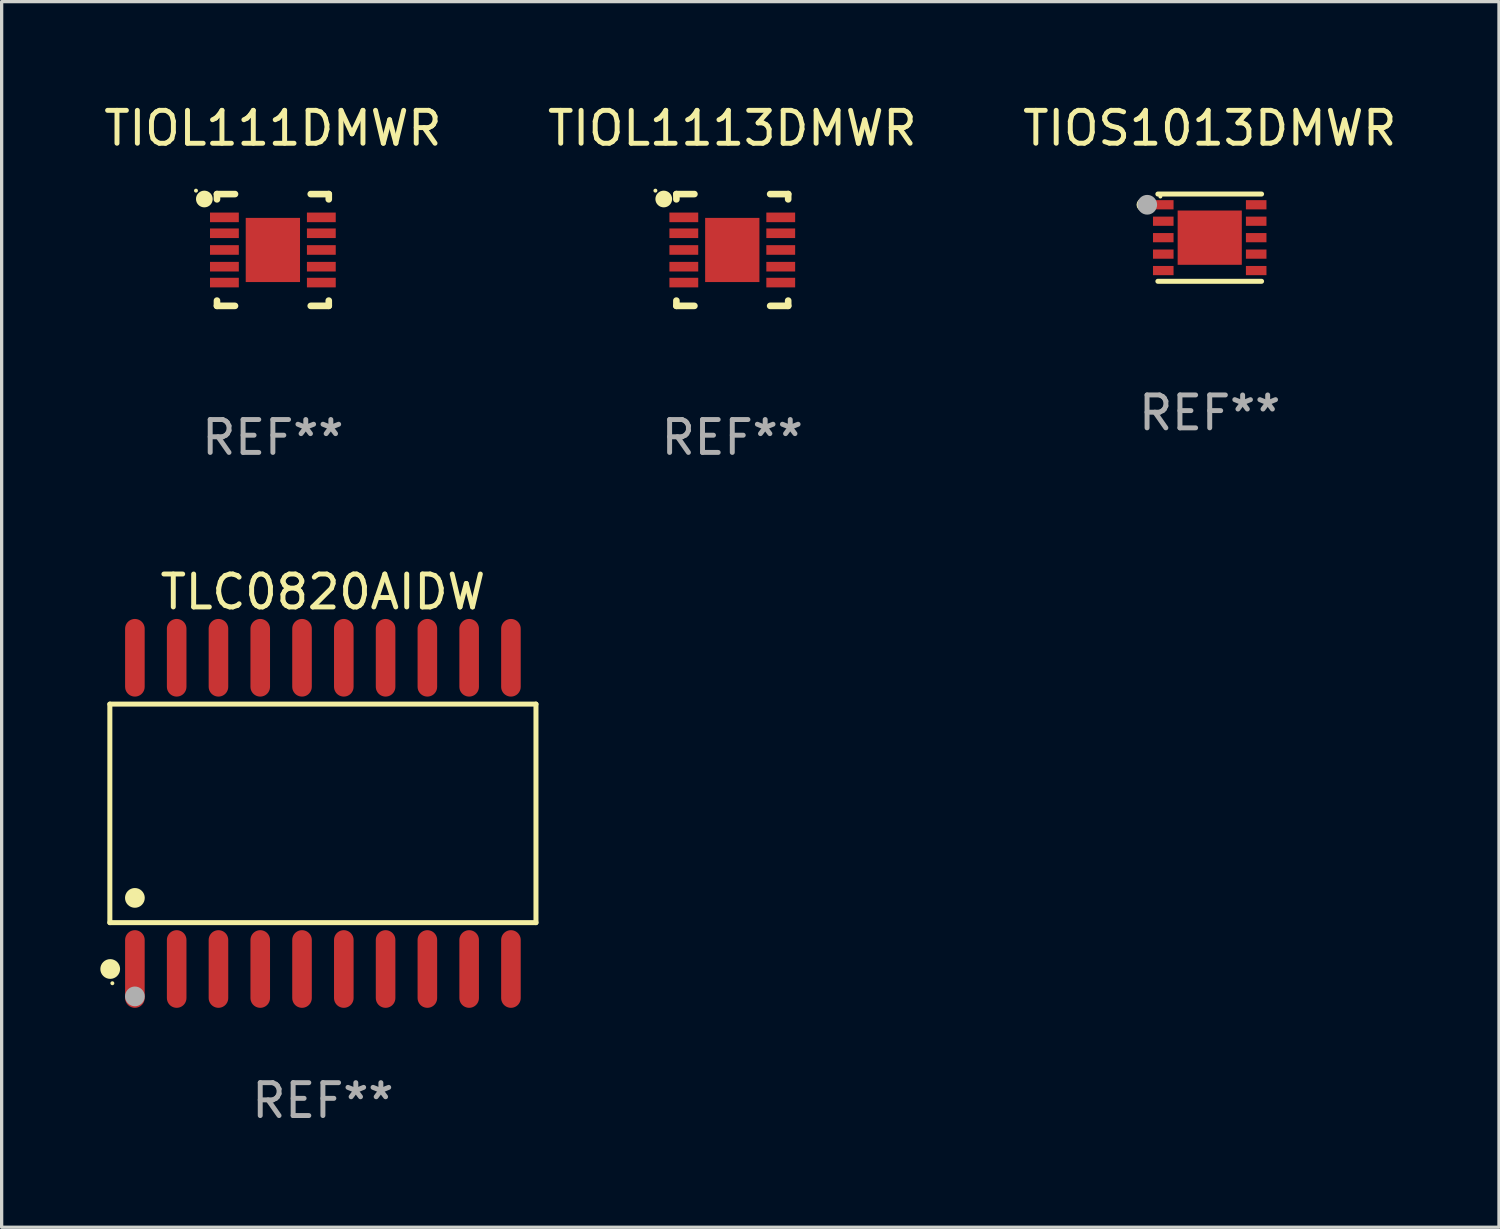
<source format=kicad_pcb>
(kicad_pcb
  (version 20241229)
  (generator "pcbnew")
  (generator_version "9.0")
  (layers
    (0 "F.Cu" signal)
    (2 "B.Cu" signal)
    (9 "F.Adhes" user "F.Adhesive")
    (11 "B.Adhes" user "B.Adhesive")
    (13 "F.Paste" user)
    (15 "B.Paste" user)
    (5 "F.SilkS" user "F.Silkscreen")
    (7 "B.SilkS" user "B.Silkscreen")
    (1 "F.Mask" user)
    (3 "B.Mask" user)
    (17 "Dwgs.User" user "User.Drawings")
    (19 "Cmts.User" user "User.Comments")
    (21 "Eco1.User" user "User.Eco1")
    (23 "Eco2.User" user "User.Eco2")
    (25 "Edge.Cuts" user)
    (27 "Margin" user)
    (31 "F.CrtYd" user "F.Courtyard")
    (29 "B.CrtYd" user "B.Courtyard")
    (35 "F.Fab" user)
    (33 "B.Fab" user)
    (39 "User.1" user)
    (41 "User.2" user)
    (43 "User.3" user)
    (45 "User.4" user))
  (footprint "TIOL1113DMWR"
    (layer "F.Cu")
    (at 19.208 4.548)
    (property "Reference" "TIOL1113DMWR" (at 0 -3.699 0) (layer "F.SilkS") (effects (font (size 1 1) (thickness 0.15))))
    (attr through_hole)
    (fp_line (start -1.699 -1.699) (end -1.151 -1.699) (stroke (width 0.201) (type solid)) (layer "F.SilkS"))
    (fp_line (start -1.699 -1.539) (end -1.699 -1.699) (stroke (width 0.201) (type solid)) (layer "F.SilkS"))
    (fp_line (start -1.699 1.699) (end -1.699 1.539) (stroke (width 0.201) (type solid)) (layer "F.SilkS"))
    (fp_line (start -1.151 1.699) (end -1.699 1.699) (stroke (width 0.201) (type solid)) (layer "F.SilkS"))
    (fp_line (start 1.151 -1.699) (end 1.699 -1.699) (stroke (width 0.201) (type solid)) (layer "F.SilkS"))
    (fp_line (start 1.151 1.699) (end 1.699 1.699) (stroke (width 0.201) (type solid)) (layer "F.SilkS"))
    (fp_line (start 1.699 -1.699) (end 1.699 -1.539) (stroke (width 0.201) (type solid)) (layer "F.SilkS"))
    (fp_line (start 1.699 1.699) (end 1.699 1.539) (stroke (width 0.201) (type solid)) (layer "F.SilkS"))
    (fp_circle (center -2.337 -1.803) (end -2.307 -1.803) (stroke (width 0.06) (type solid)) (fill no) (layer "F.SilkS"))
    (fp_circle (center -2.083 -1.549) (end -1.956 -1.549) (stroke (width 0.254) (type solid)) (fill no) (layer "F.SilkS"))
    (fp_text user "REF**" (at 0 5.699 0) (layer "F.Fab") (effects (font (size 1 1) (thickness 0.15))))
    (pad "1" smd rect (at -1.473 -0.991 90) (size 0.292 0.876) (layers "F.Cu" "F.Mask" "F.Paste"))
    (pad "2" smd rect (at -1.473 -0.508 90) (size 0.292 0.876) (layers "F.Cu" "F.Mask" "F.Paste"))
    (pad "3" smd rect (at -1.473 0 90) (size 0.292 0.876) (layers "F.Cu" "F.Mask" "F.Paste"))
    (pad "4" smd rect (at -1.473 0.508 90) (size 0.292 0.876) (layers "F.Cu" "F.Mask" "F.Paste"))
    (pad "5" smd rect (at -1.473 0.991 90) (size 0.292 0.876) (layers "F.Cu" "F.Mask" "F.Paste"))
    (pad "6" smd rect (at 1.473 0.991 90) (size 0.292 0.876) (layers "F.Cu" "F.Mask" "F.Paste"))
    (pad "7" smd rect (at 1.473 0.508 90) (size 0.292 0.876) (layers "F.Cu" "F.Mask" "F.Paste"))
    (pad "8" smd rect (at 1.473 0 90) (size 0.292 0.876) (layers "F.Cu" "F.Mask" "F.Paste"))
    (pad "9" smd rect (at 1.473 -0.508 90) (size 0.292 0.876) (layers "F.Cu" "F.Mask" "F.Paste"))
    (pad "10" smd rect (at 1.473 -0.991 90) (size 0.292 0.876) (layers "F.Cu" "F.Mask" "F.Paste"))
    (pad "11" smd rect (at 0 0) (size 1.65 1.95) (layers "F.Cu" "F.Mask" "F.Paste")))
  (footprint "TIOS1013DMWR"
    (layer "F.Cu")
    (at 33.72 4.174)
    (property "Reference" "TIOS1013DMWR" (at 0 -3.326 0) (layer "F.SilkS") (effects (font (size 1 1) (thickness 0.15))))
    (attr through_hole)
    (fp_line (start -1.576 -1.326) (end 1.576 -1.326) (stroke (width 0.152) (type solid)) (layer "F.SilkS"))
    (fp_line (start 1.576 1.326) (end -1.576 1.326) (stroke (width 0.152) (type solid)) (layer "F.SilkS"))
    (fp_circle (center -2.025 -1) (end -1.925 -1) (stroke (width 0.2) (type solid)) (fill no) (layer "F.SilkS"))
    (fp_circle (center -1.5 -1.25) (end -1.47 -1.25) (stroke (width 0.06) (type solid)) (fill no) (layer "F.SilkS"))
    (fp_circle (center -1.9 -1) (end -1.75 -1) (stroke (width 0.3) (type solid)) (fill no) (layer "F.Fab"))
    (fp_text user "REF**" (at 0 5.326 0) (layer "F.Fab") (effects (font (size 1 1) (thickness 0.15))))
    (pad "1" smd rect (at -1.412 -1) (size 0.625 0.28) (layers "F.Cu" "F.Mask" "F.Paste"))
    (pad "2" smd rect (at -1.412 -0.5) (size 0.625 0.28) (layers "F.Cu" "F.Mask" "F.Paste"))
    (pad "3" smd rect (at -1.412 0) (size 0.625 0.28) (layers "F.Cu" "F.Mask" "F.Paste"))
    (pad "4" smd rect (at -1.412 0.5) (size 0.625 0.28) (layers "F.Cu" "F.Mask" "F.Paste"))
    (pad "5" smd rect (at -1.412 1) (size 0.625 0.28) (layers "F.Cu" "F.Mask" "F.Paste"))
    (pad "6" smd rect (at 1.412 1) (size 0.625 0.28) (layers "F.Cu" "F.Mask" "F.Paste"))
    (pad "7" smd rect (at 1.412 0.5) (size 0.625 0.28) (layers "F.Cu" "F.Mask" "F.Paste"))
    (pad "8" smd rect (at 1.412 0) (size 0.625 0.28) (layers "F.Cu" "F.Mask" "F.Paste"))
    (pad "9" smd rect (at 1.412 -0.5) (size 0.625 0.28) (layers "F.Cu" "F.Mask" "F.Paste"))
    (pad "10" smd rect (at 1.412 -1) (size 0.625 0.28) (layers "F.Cu" "F.Mask" "F.Paste"))
    (pad "11" smd rect (at 0 0) (size 1.95 1.65) (layers "F.Cu" "F.Mask" "F.Paste")))
  (footprint "TLC0820AIDW"
    (layer "F.Cu")
    (at 6.765 21.673)
    (property "Reference" "TLC0820AIDW" (at 0 -6.73 0) (layer "F.SilkS") (effects (font (size 1 1) (thickness 0.15))))
    (attr through_hole)
    (fp_line (start -6.476 -3.321) (end 6.476 -3.321) (stroke (width 0.152) (type solid)) (layer "F.SilkS"))
    (fp_line (start -6.476 3.321) (end -6.476 -3.321) (stroke (width 0.152) (type solid)) (layer "F.SilkS"))
    (fp_line (start 6.476 -3.321) (end 6.476 3.321) (stroke (width 0.152) (type solid)) (layer "F.SilkS"))
    (fp_line (start 6.476 3.321) (end -6.476 3.321) (stroke (width 0.152) (type solid)) (layer "F.SilkS"))
    (fp_circle (center -6.465 4.73) (end -6.315 4.73) (stroke (width 0.3) (type solid)) (fill no) (layer "F.SilkS"))
    (fp_circle (center -6.4 5.163) (end -6.37 5.163) (stroke (width 0.06) (type solid)) (fill no) (layer "F.SilkS"))
    (fp_circle (center -5.715 2.569) (end -5.565 2.569) (stroke (width 0.3) (type solid)) (fill no) (layer "F.SilkS"))
    (fp_circle (center -5.715 5.563) (end -5.565 5.563) (stroke (width 0.3) (type solid)) (fill no) (layer "F.Fab"))
    (fp_text user "REF**" (at 0 8.73 0) (layer "F.Fab") (effects (font (size 1 1) (thickness 0.15))))
    (pad "1" smd oval (at -5.715 4.73) (size 0.595 2.36) (layers "F.Cu" "F.Mask" "F.Paste"))
    (pad "2" smd oval (at -4.445 4.73) (size 0.595 2.36) (layers "F.Cu" "F.Mask" "F.Paste"))
    (pad "3" smd oval (at -3.175 4.73) (size 0.595 2.36) (layers "F.Cu" "F.Mask" "F.Paste"))
    (pad "4" smd oval (at -1.905 4.73) (size 0.595 2.36) (layers "F.Cu" "F.Mask" "F.Paste"))
    (pad "5" smd oval (at -0.635 4.73) (size 0.595 2.36) (layers "F.Cu" "F.Mask" "F.Paste"))
    (pad "6" smd oval (at 0.635 4.73) (size 0.595 2.36) (layers "F.Cu" "F.Mask" "F.Paste"))
    (pad "7" smd oval (at 1.905 4.73) (size 0.595 2.36) (layers "F.Cu" "F.Mask" "F.Paste"))
    (pad "8" smd oval (at 3.175 4.73) (size 0.595 2.36) (layers "F.Cu" "F.Mask" "F.Paste"))
    (pad "9" smd oval (at 4.445 4.73) (size 0.595 2.36) (layers "F.Cu" "F.Mask" "F.Paste"))
    (pad "10" smd oval (at 5.715 4.73) (size 0.595 2.36) (layers "F.Cu" "F.Mask" "F.Paste"))
    (pad "11" smd oval (at 5.715 -4.73) (size 0.595 2.36) (layers "F.Cu" "F.Mask" "F.Paste"))
    (pad "12" smd oval (at 4.445 -4.73) (size 0.595 2.36) (layers "F.Cu" "F.Mask" "F.Paste"))
    (pad "13" smd oval (at 3.175 -4.73) (size 0.595 2.36) (layers "F.Cu" "F.Mask" "F.Paste"))
    (pad "14" smd oval (at 1.905 -4.73) (size 0.595 2.36) (layers "F.Cu" "F.Mask" "F.Paste"))
    (pad "15" smd oval (at 0.635 -4.73) (size 0.595 2.36) (layers "F.Cu" "F.Mask" "F.Paste"))
    (pad "16" smd oval (at -0.635 -4.73) (size 0.595 2.36) (layers "F.Cu" "F.Mask" "F.Paste"))
    (pad "17" smd oval (at -1.905 -4.73) (size 0.595 2.36) (layers "F.Cu" "F.Mask" "F.Paste"))
    (pad "18" smd oval (at -3.175 -4.73) (size 0.595 2.36) (layers "F.Cu" "F.Mask" "F.Paste"))
    (pad "19" smd oval (at -4.445 -4.73) (size 0.595 2.36) (layers "F.Cu" "F.Mask" "F.Paste"))
    (pad "20" smd oval (at -5.715 -4.73) (size 0.595 2.36) (layers "F.Cu" "F.Mask" "F.Paste")))
  (footprint "TIOL111DMWR"
    (layer "F.Cu")
    (at 5.244 4.548)
    (property "Reference" "TIOL111DMWR" (at 0 -3.699 0) (layer "F.SilkS") (effects (font (size 1 1) (thickness 0.15))))
    (attr through_hole)
    (fp_line (start -1.699 -1.699) (end -1.151 -1.699) (stroke (width 0.201) (type solid)) (layer "F.SilkS"))
    (fp_line (start -1.699 -1.539) (end -1.699 -1.699) (stroke (width 0.201) (type solid)) (layer "F.SilkS"))
    (fp_line (start -1.699 1.699) (end -1.699 1.539) (stroke (width 0.201) (type solid)) (layer "F.SilkS"))
    (fp_line (start -1.151 1.699) (end -1.699 1.699) (stroke (width 0.201) (type solid)) (layer "F.SilkS"))
    (fp_line (start 1.151 -1.699) (end 1.699 -1.699) (stroke (width 0.201) (type solid)) (layer "F.SilkS"))
    (fp_line (start 1.151 1.699) (end 1.699 1.699) (stroke (width 0.201) (type solid)) (layer "F.SilkS"))
    (fp_line (start 1.699 -1.699) (end 1.699 -1.539) (stroke (width 0.201) (type solid)) (layer "F.SilkS"))
    (fp_line (start 1.699 1.699) (end 1.699 1.539) (stroke (width 0.201) (type solid)) (layer "F.SilkS"))
    (fp_circle (center -2.337 -1.803) (end -2.307 -1.803) (stroke (width 0.06) (type solid)) (fill no) (layer "F.SilkS"))
    (fp_circle (center -2.083 -1.549) (end -1.956 -1.549) (stroke (width 0.254) (type solid)) (fill no) (layer "F.SilkS"))
    (fp_text user "REF**" (at 0 5.699 0) (layer "F.Fab") (effects (font (size 1 1) (thickness 0.15))))
    (pad "1" smd rect (at -1.473 -0.991 90) (size 0.292 0.876) (layers "F.Cu" "F.Mask" "F.Paste"))
    (pad "2" smd rect (at -1.473 -0.508 90) (size 0.292 0.876) (layers "F.Cu" "F.Mask" "F.Paste"))
    (pad "3" smd rect (at -1.473 0 90) (size 0.292 0.876) (layers "F.Cu" "F.Mask" "F.Paste"))
    (pad "4" smd rect (at -1.473 0.508 90) (size 0.292 0.876) (layers "F.Cu" "F.Mask" "F.Paste"))
    (pad "5" smd rect (at -1.473 0.991 90) (size 0.292 0.876) (layers "F.Cu" "F.Mask" "F.Paste"))
    (pad "6" smd rect (at 1.473 0.991 90) (size 0.292 0.876) (layers "F.Cu" "F.Mask" "F.Paste"))
    (pad "7" smd rect (at 1.473 0.508 90) (size 0.292 0.876) (layers "F.Cu" "F.Mask" "F.Paste"))
    (pad "8" smd rect (at 1.473 0 90) (size 0.292 0.876) (layers "F.Cu" "F.Mask" "F.Paste"))
    (pad "9" smd rect (at 1.473 -0.508 90) (size 0.292 0.876) (layers "F.Cu" "F.Mask" "F.Paste"))
    (pad "10" smd rect (at 1.473 -0.991 90) (size 0.292 0.876) (layers "F.Cu" "F.Mask" "F.Paste"))
    (pad "11" smd rect (at 0 0) (size 1.65 1.95) (layers "F.Cu" "F.Mask" "F.Paste")))
  (gr_rect
    (start -3 -3)
    (end 42.512 34.252)
    (stroke (width 0.1) (type default))
    (fill no)
    (layer "Edge.Cuts")))
</source>
